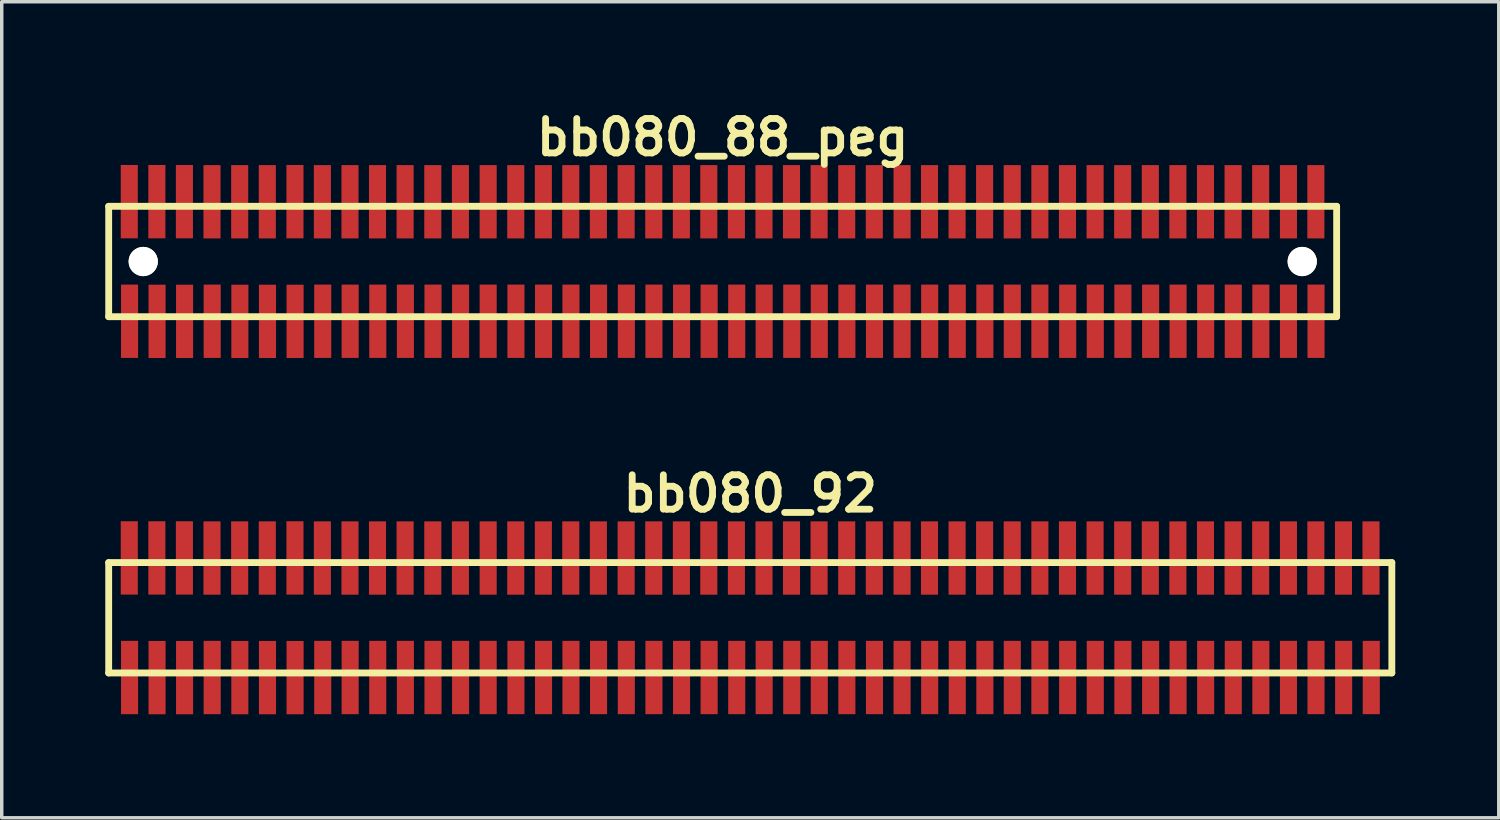
<source format=kicad_pcb>
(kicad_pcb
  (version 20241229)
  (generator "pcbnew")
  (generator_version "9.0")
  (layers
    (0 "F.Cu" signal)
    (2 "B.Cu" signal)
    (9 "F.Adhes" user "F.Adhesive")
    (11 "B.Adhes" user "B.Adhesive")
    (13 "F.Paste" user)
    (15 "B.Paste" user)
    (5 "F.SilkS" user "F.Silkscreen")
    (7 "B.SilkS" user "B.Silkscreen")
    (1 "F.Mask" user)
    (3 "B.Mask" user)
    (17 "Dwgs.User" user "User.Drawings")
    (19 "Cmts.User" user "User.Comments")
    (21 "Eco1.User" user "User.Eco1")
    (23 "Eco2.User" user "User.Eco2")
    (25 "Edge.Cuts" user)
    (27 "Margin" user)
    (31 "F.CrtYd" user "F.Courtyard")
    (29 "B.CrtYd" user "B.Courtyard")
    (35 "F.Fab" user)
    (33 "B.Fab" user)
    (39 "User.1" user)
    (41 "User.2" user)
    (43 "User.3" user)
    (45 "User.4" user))
  (footprint "bb080_92"
    (layer "F.Cu")
    (at 18.699 14.859)
    (property "Reference" "bb080_92" (at 0 -3.599 0) (layer "F.SilkS") (effects (font (size 0.998 0.998) (thickness 0.198))))
    (attr smd)
    (fp_line (start -18.6 1.6) (end 18.6 1.6) (stroke (width 0.198) (type solid)) (layer "F.SilkS"))
    (fp_line (start -18.598 -1.6) (end -18.598 1.6) (stroke (width 0.198) (type solid)) (layer "F.SilkS"))
    (fp_line (start 18.6 -1.6) (end -18.6 -1.6) (stroke (width 0.198) (type solid)) (layer "F.SilkS"))
    (fp_line (start 18.6 1.6) (end 18.6 -1.6) (stroke (width 0.198) (type solid)) (layer "F.SilkS"))
    (pad "1" smd rect (at -17.993 1.732) (size 0.495 2.126) (layers "F.Cu" "F.Mask" "F.Paste"))
    (pad "2" smd rect (at -18.001 -1.735) (size 0.495 2.126) (layers "F.Cu" "F.Mask" "F.Paste"))
    (pad "3" smd rect (at -17.196 1.735) (size 0.495 2.126) (layers "F.Cu" "F.Mask" "F.Paste"))
    (pad "4" smd rect (at -17.201 -1.735) (size 0.495 2.126) (layers "F.Cu" "F.Mask" "F.Paste"))
    (pad "5" smd rect (at -16.398 1.735) (size 0.495 2.126) (layers "F.Cu" "F.Mask" "F.Paste"))
    (pad "6" smd rect (at -16.403 -1.735) (size 0.495 2.126) (layers "F.Cu" "F.Mask" "F.Paste"))
    (pad "7" smd rect (at -15.598 1.732) (size 0.495 2.126) (layers "F.Cu" "F.Mask" "F.Paste"))
    (pad "8" smd rect (at -15.603 -1.732) (size 0.495 2.126) (layers "F.Cu" "F.Mask" "F.Paste"))
    (pad "9" smd rect (at -14.796 1.735) (size 0.495 2.126) (layers "F.Cu" "F.Mask" "F.Paste"))
    (pad "10" smd rect (at -14.801 -1.732) (size 0.495 2.126) (layers "F.Cu" "F.Mask" "F.Paste"))
    (pad "11" smd rect (at -13.995 1.735) (size 0.495 2.126) (layers "F.Cu" "F.Mask" "F.Paste"))
    (pad "12" smd rect (at -14 -1.732) (size 0.495 2.126) (layers "F.Cu" "F.Mask" "F.Paste"))
    (pad "13" smd rect (at -13.195 1.735) (size 0.495 2.126) (layers "F.Cu" "F.Mask" "F.Paste"))
    (pad "14" smd rect (at -13.198 -1.735) (size 0.495 2.126) (layers "F.Cu" "F.Mask" "F.Paste"))
    (pad "15" smd rect (at -12.393 1.732) (size 0.495 2.126) (layers "F.Cu" "F.Mask" "F.Paste"))
    (pad "16" smd rect (at -12.403 -1.732) (size 0.495 2.126) (layers "F.Cu" "F.Mask" "F.Paste"))
    (pad "17" smd rect (at -11.598 1.732) (size 0.495 2.126) (layers "F.Cu" "F.Mask" "F.Paste"))
    (pad "18" smd rect (at -11.603 -1.732) (size 0.495 2.126) (layers "F.Cu" "F.Mask" "F.Paste"))
    (pad "19" smd rect (at -10.798 1.732) (size 0.495 2.126) (layers "F.Cu" "F.Mask" "F.Paste"))
    (pad "20" smd rect (at -10.805 -1.732) (size 0.495 2.126) (layers "F.Cu" "F.Mask" "F.Paste"))
    (pad "21" smd rect (at -9.997 1.732) (size 0.495 2.126) (layers "F.Cu" "F.Mask" "F.Paste"))
    (pad "22" smd rect (at -10.005 -1.732) (size 0.495 2.126) (layers "F.Cu" "F.Mask" "F.Paste"))
    (pad "23" smd rect (at -9.197 1.732) (size 0.495 2.126) (layers "F.Cu" "F.Mask" "F.Paste"))
    (pad "24" smd rect (at -9.202 -1.732) (size 0.495 2.126) (layers "F.Cu" "F.Mask" "F.Paste"))
    (pad "25" smd rect (at -8.397 1.732) (size 0.495 2.126) (layers "F.Cu" "F.Mask" "F.Paste"))
    (pad "26" smd rect (at -8.402 -1.732) (size 0.495 2.126) (layers "F.Cu" "F.Mask" "F.Paste"))
    (pad "27" smd rect (at -7.597 1.732) (size 0.495 2.126) (layers "F.Cu" "F.Mask" "F.Paste"))
    (pad "28" smd rect (at -7.597 -1.732) (size 0.495 2.126) (layers "F.Cu" "F.Mask" "F.Paste"))
    (pad "29" smd rect (at -6.792 1.732) (size 0.495 2.126) (layers "F.Cu" "F.Mask" "F.Paste"))
    (pad "30" smd rect (at -6.797 -1.732) (size 0.495 2.126) (layers "F.Cu" "F.Mask" "F.Paste"))
    (pad "31" smd rect (at -5.992 1.732) (size 0.495 2.126) (layers "F.Cu" "F.Mask" "F.Paste"))
    (pad "32" smd rect (at -5.997 -1.732) (size 0.495 2.126) (layers "F.Cu" "F.Mask" "F.Paste"))
    (pad "33" smd rect (at -5.197 1.732) (size 0.495 2.126) (layers "F.Cu" "F.Mask" "F.Paste"))
    (pad "34" smd rect (at -5.202 -1.732) (size 0.495 2.126) (layers "F.Cu" "F.Mask" "F.Paste"))
    (pad "35" smd rect (at -4.397 1.732) (size 0.495 2.126) (layers "F.Cu" "F.Mask" "F.Paste"))
    (pad "36" smd rect (at -4.402 -1.732) (size 0.495 2.126) (layers "F.Cu" "F.Mask" "F.Paste"))
    (pad "37" smd rect (at -3.592 1.732) (size 0.495 2.126) (layers "F.Cu" "F.Mask" "F.Paste"))
    (pad "38" smd rect (at -3.597 -1.732) (size 0.495 2.126) (layers "F.Cu" "F.Mask" "F.Paste"))
    (pad "39" smd rect (at -2.791 1.732) (size 0.495 2.126) (layers "F.Cu" "F.Mask" "F.Paste"))
    (pad "40" smd rect (at -2.797 -1.732) (size 0.495 2.126) (layers "F.Cu" "F.Mask" "F.Paste"))
    (pad "41" smd rect (at -1.991 1.732) (size 0.495 2.126) (layers "F.Cu" "F.Mask" "F.Paste"))
    (pad "42" smd rect (at -1.996 -1.732) (size 0.495 2.126) (layers "F.Cu" "F.Mask" "F.Paste"))
    (pad "43" smd rect (at -1.191 1.732) (size 0.495 2.126) (layers "F.Cu" "F.Mask" "F.Paste"))
    (pad "44" smd rect (at -1.201 -1.732) (size 0.495 2.126) (layers "F.Cu" "F.Mask" "F.Paste"))
    (pad "45" smd rect (at -0.391 1.732) (size 0.495 2.126) (layers "F.Cu" "F.Mask" "F.Paste"))
    (pad "46" smd rect (at -0.401 -1.732) (size 0.495 2.126) (layers "F.Cu" "F.Mask" "F.Paste"))
    (pad "47" smd rect (at 0.404 1.732) (size 0.495 2.126) (layers "F.Cu" "F.Mask" "F.Paste"))
    (pad "48" smd rect (at 0.399 -1.732) (size 0.495 2.126) (layers "F.Cu" "F.Mask" "F.Paste"))
    (pad "49" smd rect (at 1.204 1.732) (size 0.495 2.126) (layers "F.Cu" "F.Mask" "F.Paste"))
    (pad "50" smd rect (at 1.196 -1.732) (size 0.495 2.126) (layers "F.Cu" "F.Mask" "F.Paste"))
    (pad "51" smd rect (at 2.002 1.732) (size 0.495 2.126) (layers "F.Cu" "F.Mask" "F.Paste"))
    (pad "52" smd rect (at 1.996 -1.732) (size 0.495 2.126) (layers "F.Cu" "F.Mask" "F.Paste"))
    (pad "53" smd rect (at 2.802 1.732) (size 0.495 2.126) (layers "F.Cu" "F.Mask" "F.Paste"))
    (pad "54" smd rect (at 2.797 -1.732) (size 0.495 2.126) (layers "F.Cu" "F.Mask" "F.Paste"))
    (pad "55" smd rect (at 3.602 1.732) (size 0.495 2.126) (layers "F.Cu" "F.Mask" "F.Paste"))
    (pad "56" smd rect (at 3.597 -1.732) (size 0.495 2.126) (layers "F.Cu" "F.Mask" "F.Paste"))
    (pad "57" smd rect (at 4.402 1.732) (size 0.495 2.126) (layers "F.Cu" "F.Mask" "F.Paste"))
    (pad "58" smd rect (at 4.402 -1.732) (size 0.495 2.126) (layers "F.Cu" "F.Mask" "F.Paste"))
    (pad "59" smd rect (at 5.202 1.732) (size 0.495 2.126) (layers "F.Cu" "F.Mask" "F.Paste"))
    (pad "60" smd rect (at 5.197 -1.732) (size 0.495 2.126) (layers "F.Cu" "F.Mask" "F.Paste"))
    (pad "61" smd rect (at 6.002 1.732) (size 0.495 2.126) (layers "F.Cu" "F.Mask" "F.Paste"))
    (pad "62" smd rect (at 5.997 -1.732) (size 0.495 2.126) (layers "F.Cu" "F.Mask" "F.Paste"))
    (pad "63" smd rect (at 6.802 1.732) (size 0.495 2.126) (layers "F.Cu" "F.Mask" "F.Paste"))
    (pad "64" smd rect (at 6.795 -1.732) (size 0.495 2.126) (layers "F.Cu" "F.Mask" "F.Paste"))
    (pad "65" smd rect (at 7.597 1.732) (size 0.495 2.126) (layers "F.Cu" "F.Mask" "F.Paste"))
    (pad "66" smd rect (at 7.595 -1.732) (size 0.495 2.126) (layers "F.Cu" "F.Mask" "F.Paste"))
    (pad "67" smd rect (at 8.397 1.732) (size 0.495 2.126) (layers "F.Cu" "F.Mask" "F.Paste"))
    (pad "68" smd rect (at 8.397 -1.732) (size 0.495 2.126) (layers "F.Cu" "F.Mask" "F.Paste"))
    (pad "69" smd rect (at 9.202 1.732) (size 0.495 2.126) (layers "F.Cu" "F.Mask" "F.Paste"))
    (pad "70" smd rect (at 9.197 -1.732) (size 0.495 2.126) (layers "F.Cu" "F.Mask" "F.Paste"))
    (pad "71" smd rect (at 10.003 1.732) (size 0.495 2.126) (layers "F.Cu" "F.Mask" "F.Paste"))
    (pad "72" smd rect (at 9.997 -1.732) (size 0.495 2.126) (layers "F.Cu" "F.Mask" "F.Paste"))
    (pad "73" smd rect (at 10.803 1.732) (size 0.495 2.126) (layers "F.Cu" "F.Mask" "F.Paste"))
    (pad "74" smd rect (at 10.798 -1.732) (size 0.495 2.126) (layers "F.Cu" "F.Mask" "F.Paste"))
    (pad "75" smd rect (at 11.608 1.732) (size 0.495 2.126) (layers "F.Cu" "F.Mask" "F.Paste"))
    (pad "76" smd rect (at 11.598 -1.732) (size 0.495 2.126) (layers "F.Cu" "F.Mask" "F.Paste"))
    (pad "77" smd rect (at 12.403 1.732) (size 0.495 2.126) (layers "F.Cu" "F.Mask" "F.Paste"))
    (pad "78" smd rect (at 12.398 -1.732) (size 0.495 2.126) (layers "F.Cu" "F.Mask" "F.Paste"))
    (pad "79" smd rect (at 13.203 1.732) (size 0.495 2.126) (layers "F.Cu" "F.Mask" "F.Paste"))
    (pad "80" smd rect (at 13.198 -1.732) (size 0.495 2.126) (layers "F.Cu" "F.Mask" "F.Paste"))
    (pad "81" smd rect (at 14.003 1.732) (size 0.495 2.126) (layers "F.Cu" "F.Mask" "F.Paste"))
    (pad "82" smd rect (at 13.998 -1.732) (size 0.495 2.126) (layers "F.Cu" "F.Mask" "F.Paste"))
    (pad "83" smd rect (at 14.803 1.732) (size 0.495 2.126) (layers "F.Cu" "F.Mask" "F.Paste"))
    (pad "84" smd rect (at 14.798 -1.732) (size 0.495 2.126) (layers "F.Cu" "F.Mask" "F.Paste"))
    (pad "85" smd rect (at 15.603 1.732) (size 0.495 2.126) (layers "F.Cu" "F.Mask" "F.Paste"))
    (pad "86" smd rect (at 15.603 -1.732) (size 0.495 2.126) (layers "F.Cu" "F.Mask" "F.Paste"))
    (pad "87" smd rect (at 16.403 1.732) (size 0.495 2.126) (layers "F.Cu" "F.Mask" "F.Paste"))
    (pad "88" smd rect (at 16.398 -1.732) (size 0.495 2.126) (layers "F.Cu" "F.Mask" "F.Paste"))
    (pad "89" smd rect (at 17.203 1.732) (size 0.495 2.126) (layers "F.Cu" "F.Mask" "F.Paste"))
    (pad "90" smd rect (at 17.198 -1.732) (size 0.495 2.126) (layers "F.Cu" "F.Mask" "F.Paste"))
    (pad "91" smd rect (at 18.004 1.732) (size 0.495 2.126) (layers "F.Cu" "F.Mask" "F.Paste"))
    (pad "92" smd rect (at 17.996 -1.732) (size 0.495 2.126) (layers "F.Cu" "F.Mask" "F.Paste")))
  (footprint "bb080_88_peg"
    (layer "F.Cu")
    (at 17.899 4.531)
    (property "Reference" "bb080_88_peg" (at 0 -3.599 0) (layer "F.SilkS") (effects (font (size 0.998 0.998) (thickness 0.198))))
    (attr smd)
    (fp_line (start -17.8 -1.6) (end 17.8 -1.6) (stroke (width 0.198) (type solid)) (layer "F.SilkS"))
    (fp_line (start -17.798 -1.6) (end -17.798 1.6) (stroke (width 0.198) (type solid)) (layer "F.SilkS"))
    (fp_line (start 17.8 1.6) (end -17.8 1.6) (stroke (width 0.198) (type solid)) (layer "F.SilkS"))
    (fp_line (start 17.8 1.6) (end 17.8 -1.6) (stroke (width 0.198) (type solid)) (layer "F.SilkS"))
    (pad "" np_thru_hole circle (at -16.797 0) (size 0.848 0.848) (drill 0.848) (layers "*.Cu" "*.Mask" "F.SilkS"))
    (pad "" np_thru_hole circle (at 16.802 0) (size 0.848 0.848) (drill 0.848) (layers "*.Cu" "*.Mask" "F.SilkS"))
    (pad "1" smd rect (at -17.193 1.732) (size 0.495 2.126) (layers "F.Cu" "F.Mask" "F.Paste"))
    (pad "2" smd rect (at -17.201 -1.735) (size 0.495 2.126) (layers "F.Cu" "F.Mask" "F.Paste"))
    (pad "3" smd rect (at -16.396 1.735) (size 0.495 2.126) (layers "F.Cu" "F.Mask" "F.Paste"))
    (pad "4" smd rect (at -16.401 -1.735) (size 0.495 2.126) (layers "F.Cu" "F.Mask" "F.Paste"))
    (pad "5" smd rect (at -15.598 1.735) (size 0.495 2.126) (layers "F.Cu" "F.Mask" "F.Paste"))
    (pad "6" smd rect (at -15.603 -1.735) (size 0.495 2.126) (layers "F.Cu" "F.Mask" "F.Paste"))
    (pad "7" smd rect (at -14.798 1.732) (size 0.495 2.126) (layers "F.Cu" "F.Mask" "F.Paste"))
    (pad "8" smd rect (at -14.803 -1.732) (size 0.495 2.126) (layers "F.Cu" "F.Mask" "F.Paste"))
    (pad "9" smd rect (at -13.995 1.735) (size 0.495 2.126) (layers "F.Cu" "F.Mask" "F.Paste"))
    (pad "10" smd rect (at -14 -1.732) (size 0.495 2.126) (layers "F.Cu" "F.Mask" "F.Paste"))
    (pad "11" smd rect (at -13.195 1.735) (size 0.495 2.126) (layers "F.Cu" "F.Mask" "F.Paste"))
    (pad "12" smd rect (at -13.2 -1.732) (size 0.495 2.126) (layers "F.Cu" "F.Mask" "F.Paste"))
    (pad "13" smd rect (at -12.395 1.735) (size 0.495 2.126) (layers "F.Cu" "F.Mask" "F.Paste"))
    (pad "14" smd rect (at -12.398 -1.735) (size 0.495 2.126) (layers "F.Cu" "F.Mask" "F.Paste"))
    (pad "15" smd rect (at -11.593 1.732) (size 0.495 2.126) (layers "F.Cu" "F.Mask" "F.Paste"))
    (pad "16" smd rect (at -11.603 -1.732) (size 0.495 2.126) (layers "F.Cu" "F.Mask" "F.Paste"))
    (pad "17" smd rect (at -10.798 1.732) (size 0.495 2.126) (layers "F.Cu" "F.Mask" "F.Paste"))
    (pad "18" smd rect (at -10.803 -1.732) (size 0.495 2.126) (layers "F.Cu" "F.Mask" "F.Paste"))
    (pad "19" smd rect (at -9.997 1.732) (size 0.495 2.126) (layers "F.Cu" "F.Mask" "F.Paste"))
    (pad "20" smd rect (at -10.005 -1.732) (size 0.495 2.126) (layers "F.Cu" "F.Mask" "F.Paste"))
    (pad "21" smd rect (at -9.197 1.732) (size 0.495 2.126) (layers "F.Cu" "F.Mask" "F.Paste"))
    (pad "22" smd rect (at -9.205 -1.732) (size 0.495 2.126) (layers "F.Cu" "F.Mask" "F.Paste"))
    (pad "23" smd rect (at -8.397 1.732) (size 0.495 2.126) (layers "F.Cu" "F.Mask" "F.Paste"))
    (pad "24" smd rect (at -8.402 -1.732) (size 0.495 2.126) (layers "F.Cu" "F.Mask" "F.Paste"))
    (pad "25" smd rect (at -7.597 1.732) (size 0.495 2.126) (layers "F.Cu" "F.Mask" "F.Paste"))
    (pad "26" smd rect (at -7.602 -1.732) (size 0.495 2.126) (layers "F.Cu" "F.Mask" "F.Paste"))
    (pad "27" smd rect (at -6.797 1.732) (size 0.495 2.126) (layers "F.Cu" "F.Mask" "F.Paste"))
    (pad "28" smd rect (at -6.797 -1.732) (size 0.495 2.126) (layers "F.Cu" "F.Mask" "F.Paste"))
    (pad "29" smd rect (at -5.992 1.732) (size 0.495 2.126) (layers "F.Cu" "F.Mask" "F.Paste"))
    (pad "30" smd rect (at -5.997 -1.732) (size 0.495 2.126) (layers "F.Cu" "F.Mask" "F.Paste"))
    (pad "31" smd rect (at -5.192 1.732) (size 0.495 2.126) (layers "F.Cu" "F.Mask" "F.Paste"))
    (pad "32" smd rect (at -5.197 -1.732) (size 0.495 2.126) (layers "F.Cu" "F.Mask" "F.Paste"))
    (pad "33" smd rect (at -4.397 1.732) (size 0.495 2.126) (layers "F.Cu" "F.Mask" "F.Paste"))
    (pad "34" smd rect (at -4.402 -1.732) (size 0.495 2.126) (layers "F.Cu" "F.Mask" "F.Paste"))
    (pad "35" smd rect (at -3.597 1.732) (size 0.495 2.126) (layers "F.Cu" "F.Mask" "F.Paste"))
    (pad "36" smd rect (at -3.602 -1.732) (size 0.495 2.126) (layers "F.Cu" "F.Mask" "F.Paste"))
    (pad "37" smd rect (at -2.791 1.732) (size 0.495 2.126) (layers "F.Cu" "F.Mask" "F.Paste"))
    (pad "38" smd rect (at -2.797 -1.732) (size 0.495 2.126) (layers "F.Cu" "F.Mask" "F.Paste"))
    (pad "39" smd rect (at -1.991 1.732) (size 0.495 2.126) (layers "F.Cu" "F.Mask" "F.Paste"))
    (pad "40" smd rect (at -1.996 -1.732) (size 0.495 2.126) (layers "F.Cu" "F.Mask" "F.Paste"))
    (pad "41" smd rect (at -1.191 1.732) (size 0.495 2.126) (layers "F.Cu" "F.Mask" "F.Paste"))
    (pad "42" smd rect (at -1.196 -1.732) (size 0.495 2.126) (layers "F.Cu" "F.Mask" "F.Paste"))
    (pad "43" smd rect (at -0.391 1.732) (size 0.495 2.126) (layers "F.Cu" "F.Mask" "F.Paste"))
    (pad "44" smd rect (at -0.401 -1.732) (size 0.495 2.126) (layers "F.Cu" "F.Mask" "F.Paste"))
    (pad "45" smd rect (at 0.409 1.732) (size 0.495 2.126) (layers "F.Cu" "F.Mask" "F.Paste"))
    (pad "46" smd rect (at 0.399 -1.732) (size 0.495 2.126) (layers "F.Cu" "F.Mask" "F.Paste"))
    (pad "47" smd rect (at 1.204 1.732) (size 0.495 2.126) (layers "F.Cu" "F.Mask" "F.Paste"))
    (pad "48" smd rect (at 1.199 -1.732) (size 0.495 2.126) (layers "F.Cu" "F.Mask" "F.Paste"))
    (pad "49" smd rect (at 2.004 1.732) (size 0.495 2.126) (layers "F.Cu" "F.Mask" "F.Paste"))
    (pad "50" smd rect (at 1.996 -1.732) (size 0.495 2.126) (layers "F.Cu" "F.Mask" "F.Paste"))
    (pad "51" smd rect (at 2.802 1.732) (size 0.495 2.126) (layers "F.Cu" "F.Mask" "F.Paste"))
    (pad "52" smd rect (at 2.797 -1.732) (size 0.495 2.126) (layers "F.Cu" "F.Mask" "F.Paste"))
    (pad "53" smd rect (at 3.602 1.732) (size 0.495 2.126) (layers "F.Cu" "F.Mask" "F.Paste"))
    (pad "54" smd rect (at 3.597 -1.732) (size 0.495 2.126) (layers "F.Cu" "F.Mask" "F.Paste"))
    (pad "55" smd rect (at 4.402 1.732) (size 0.495 2.126) (layers "F.Cu" "F.Mask" "F.Paste"))
    (pad "56" smd rect (at 4.397 -1.732) (size 0.495 2.126) (layers "F.Cu" "F.Mask" "F.Paste"))
    (pad "57" smd rect (at 5.202 1.732) (size 0.495 2.126) (layers "F.Cu" "F.Mask" "F.Paste"))
    (pad "58" smd rect (at 5.202 -1.732) (size 0.495 2.126) (layers "F.Cu" "F.Mask" "F.Paste"))
    (pad "59" smd rect (at 6.002 1.732) (size 0.495 2.126) (layers "F.Cu" "F.Mask" "F.Paste"))
    (pad "60" smd rect (at 5.997 -1.732) (size 0.495 2.126) (layers "F.Cu" "F.Mask" "F.Paste"))
    (pad "61" smd rect (at 6.802 1.732) (size 0.495 2.126) (layers "F.Cu" "F.Mask" "F.Paste"))
    (pad "62" smd rect (at 6.797 -1.732) (size 0.495 2.126) (layers "F.Cu" "F.Mask" "F.Paste"))
    (pad "63" smd rect (at 7.602 1.732) (size 0.495 2.126) (layers "F.Cu" "F.Mask" "F.Paste"))
    (pad "64" smd rect (at 7.595 -1.732) (size 0.495 2.126) (layers "F.Cu" "F.Mask" "F.Paste"))
    (pad "65" smd rect (at 8.397 1.732) (size 0.495 2.126) (layers "F.Cu" "F.Mask" "F.Paste"))
    (pad "66" smd rect (at 8.395 -1.732) (size 0.495 2.126) (layers "F.Cu" "F.Mask" "F.Paste"))
    (pad "67" smd rect (at 9.197 1.732) (size 0.495 2.126) (layers "F.Cu" "F.Mask" "F.Paste"))
    (pad "68" smd rect (at 9.197 -1.732) (size 0.495 2.126) (layers "F.Cu" "F.Mask" "F.Paste"))
    (pad "69" smd rect (at 10.003 1.732) (size 0.495 2.126) (layers "F.Cu" "F.Mask" "F.Paste"))
    (pad "70" smd rect (at 9.997 -1.732) (size 0.495 2.126) (layers "F.Cu" "F.Mask" "F.Paste"))
    (pad "71" smd rect (at 10.803 1.732) (size 0.495 2.126) (layers "F.Cu" "F.Mask" "F.Paste"))
    (pad "72" smd rect (at 10.798 -1.732) (size 0.495 2.126) (layers "F.Cu" "F.Mask" "F.Paste"))
    (pad "73" smd rect (at 11.603 1.732) (size 0.495 2.126) (layers "F.Cu" "F.Mask" "F.Paste"))
    (pad "74" smd rect (at 11.598 -1.732) (size 0.495 2.126) (layers "F.Cu" "F.Mask" "F.Paste"))
    (pad "75" smd rect (at 12.408 1.732) (size 0.495 2.126) (layers "F.Cu" "F.Mask" "F.Paste"))
    (pad "76" smd rect (at 12.398 -1.732) (size 0.495 2.126) (layers "F.Cu" "F.Mask" "F.Paste"))
    (pad "77" smd rect (at 13.203 1.732) (size 0.495 2.126) (layers "F.Cu" "F.Mask" "F.Paste"))
    (pad "78" smd rect (at 13.198 -1.732) (size 0.495 2.126) (layers "F.Cu" "F.Mask" "F.Paste"))
    (pad "79" smd rect (at 14.003 1.732) (size 0.495 2.126) (layers "F.Cu" "F.Mask" "F.Paste"))
    (pad "80" smd rect (at 13.998 -1.732) (size 0.495 2.126) (layers "F.Cu" "F.Mask" "F.Paste"))
    (pad "81" smd rect (at 14.803 1.732) (size 0.495 2.126) (layers "F.Cu" "F.Mask" "F.Paste"))
    (pad "82" smd rect (at 14.798 -1.732) (size 0.495 2.126) (layers "F.Cu" "F.Mask" "F.Paste"))
    (pad "83" smd rect (at 15.603 1.732) (size 0.495 2.126) (layers "F.Cu" "F.Mask" "F.Paste"))
    (pad "84" smd rect (at 15.598 -1.732) (size 0.495 2.126) (layers "F.Cu" "F.Mask" "F.Paste"))
    (pad "85" smd rect (at 16.403 1.732) (size 0.495 2.126) (layers "F.Cu" "F.Mask" "F.Paste"))
    (pad "86" smd rect (at 16.403 -1.732) (size 0.495 2.126) (layers "F.Cu" "F.Mask" "F.Paste"))
    (pad "87" smd rect (at 17.203 1.732) (size 0.495 2.126) (layers "F.Cu" "F.Mask" "F.Paste"))
    (pad "88" smd rect (at 17.198 -1.732) (size 0.495 2.126) (layers "F.Cu" "F.Mask" "F.Paste")))
  (gr_rect
    (start -3 -3)
    (end 40.399 20.657)
    (stroke (width 0.1) (type default))
    (fill no)
    (layer "Edge.Cuts")))
</source>
